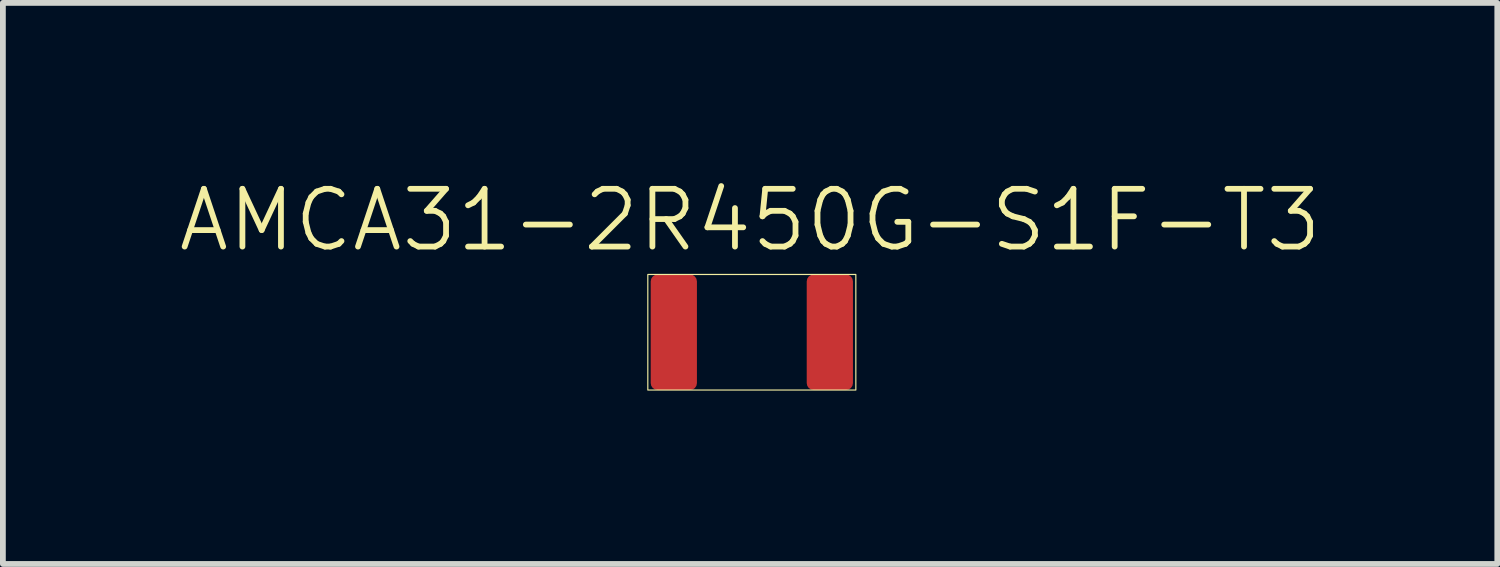
<source format=kicad_pcb>
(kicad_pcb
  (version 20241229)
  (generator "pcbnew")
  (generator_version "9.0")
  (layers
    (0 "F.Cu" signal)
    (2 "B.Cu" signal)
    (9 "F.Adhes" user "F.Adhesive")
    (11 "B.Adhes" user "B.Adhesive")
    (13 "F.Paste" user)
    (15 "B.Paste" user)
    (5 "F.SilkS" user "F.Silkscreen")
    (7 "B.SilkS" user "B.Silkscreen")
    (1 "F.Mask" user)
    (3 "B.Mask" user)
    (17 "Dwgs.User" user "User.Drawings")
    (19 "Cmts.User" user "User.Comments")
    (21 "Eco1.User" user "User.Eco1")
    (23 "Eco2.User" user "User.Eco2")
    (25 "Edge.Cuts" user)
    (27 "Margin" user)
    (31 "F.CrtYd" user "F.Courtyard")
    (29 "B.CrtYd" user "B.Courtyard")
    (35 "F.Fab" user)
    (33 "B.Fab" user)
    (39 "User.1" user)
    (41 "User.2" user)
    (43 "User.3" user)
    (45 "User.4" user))
  (footprint "AMCA31-2R450G-S1F-T3"
    (layer "F.Cu")
    (at 9.961 2.7)
    (property "Reference" "AMCA31-2R450G-S1F-T3" (at -0.03 -1.94 0) (unlocked yes) (layer "F.SilkS") (effects (font (size 1 1) (thickness 0.1))))
    (attr smd)
    (fp_rect (start -1.8 -1) (end 1.8 1) (stroke (width 0.02) (type solid)) (fill no) (layer "F.SilkS"))
    (pad "1" smd roundrect (at -1.35 0) (size 0.8 2) (layers "F.Cu" "F.Mask" "F.Paste") (roundrect_rratio 0.15))
    (pad "2" smd roundrect (at 1.35 0) (size 0.8 2) (layers "F.Cu" "F.Mask" "F.Paste") (roundrect_rratio 0.15)))
  (gr_rect
    (start -3 -3)
    (end 22.862 6.71)
    (stroke (width 0.1) (type default))
    (fill no)
    (layer "Edge.Cuts")))
</source>
